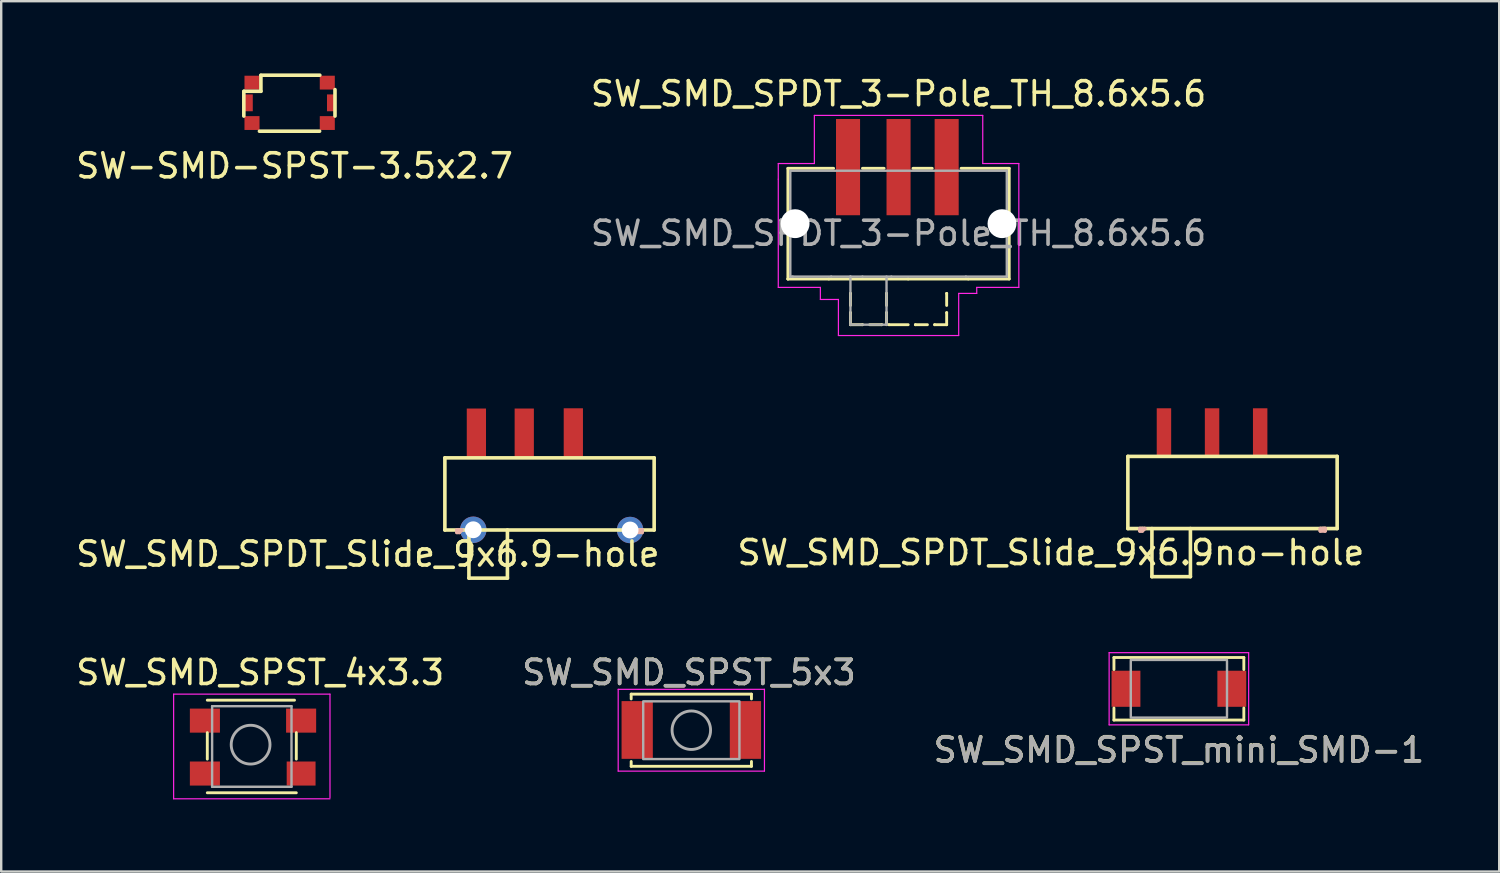
<source format=kicad_pcb>
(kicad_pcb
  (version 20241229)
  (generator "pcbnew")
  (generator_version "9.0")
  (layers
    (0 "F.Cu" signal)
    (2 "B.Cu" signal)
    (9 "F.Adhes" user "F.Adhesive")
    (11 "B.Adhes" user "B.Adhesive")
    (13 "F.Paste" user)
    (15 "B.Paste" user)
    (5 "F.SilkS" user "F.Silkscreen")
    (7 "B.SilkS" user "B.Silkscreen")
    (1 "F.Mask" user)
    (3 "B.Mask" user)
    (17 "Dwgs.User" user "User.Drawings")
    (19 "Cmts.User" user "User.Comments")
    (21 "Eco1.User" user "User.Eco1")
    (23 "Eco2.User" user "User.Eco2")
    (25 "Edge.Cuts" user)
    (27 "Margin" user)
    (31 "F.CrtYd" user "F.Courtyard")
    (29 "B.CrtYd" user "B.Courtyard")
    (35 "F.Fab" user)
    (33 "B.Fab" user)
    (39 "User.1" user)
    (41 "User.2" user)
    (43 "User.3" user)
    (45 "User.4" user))
  (footprint "SW_SMD_SPST_5x3"
    (layer "F.Cu")
    (at 25.689 27.306)
    (property "Reference" "SW_SMD_SPST_5x3" (at -0.1 -2.4 0) (layer "F.SilkS") (effects (font (size 1 1) (thickness 0.15))))
    (attr smd)
    (fp_line (start -2.5 -1.5) (end -2.5 -1.3) (stroke (width 0.12) (type solid)) (layer "F.SilkS"))
    (fp_line (start -2.5 1.3) (end -2.5 1.5) (stroke (width 0.12) (type solid)) (layer "F.SilkS"))
    (fp_line (start -2.5 1.5) (end 2.5 1.5) (stroke (width 0.12) (type solid)) (layer "F.SilkS"))
    (fp_line (start 2.5 -1.5) (end -2.5 -1.5) (stroke (width 0.12) (type solid)) (layer "F.SilkS"))
    (fp_line (start 2.5 -1.3) (end 2.5 -1.5) (stroke (width 0.12) (type solid)) (layer "F.SilkS"))
    (fp_line (start 2.5 1.5) (end 2.5 1.3) (stroke (width 0.12) (type solid)) (layer "F.SilkS"))
    (fp_line (start -3.04 -1.7) (end -3.04 1.7) (stroke (width 0.05) (type solid)) (layer "F.CrtYd"))
    (fp_line (start -3.04 1.7) (end 3.04 1.7) (stroke (width 0.05) (type solid)) (layer "F.CrtYd"))
    (fp_line (start 3.04 -1.7) (end -3.04 -1.7) (stroke (width 0.05) (type solid)) (layer "F.CrtYd"))
    (fp_line (start 3.04 1.7) (end 3.04 -1.7) (stroke (width 0.05) (type solid)) (layer "F.CrtYd"))
    (fp_line (start -2 -1.2) (end 2 -1.2) (stroke (width 0.1) (type solid)) (layer "F.Fab"))
    (fp_line (start -2 1.15) (end -2 -1.15) (stroke (width 0.1) (type solid)) (layer "F.Fab"))
    (fp_line (start 2 -1.15) (end 2 1.15) (stroke (width 0.1) (type solid)) (layer "F.Fab"))
    (fp_line (start 2 1.2) (end -2 1.2) (stroke (width 0.1) (type solid)) (layer "F.Fab"))
    (fp_circle (center 0 0) (end 0.8 0) (stroke (width 0.12) (type solid)) (fill no) (layer "F.Fab"))
    (fp_text user "${REFERENCE}" (at -0.1 -2.4 0) (layer "F.Fab") (effects (font (size 1 1) (thickness 0.15))))
    (pad "1" smd rect (at -2.25 -0.01) (size 1.3 2.4) (layers "F.Cu" "F.Mask" "F.Paste"))
    (pad "2" smd rect (at 2.25 -0.01) (size 1.3 2.4) (layers "F.Cu" "F.Mask" "F.Paste")))
  (footprint "SW_SMD_SPST_mini_SMD-1"
    (layer "F.Cu")
    (at 45.958 25.583)
    (property "Reference" "SW_SMD_SPST_mini_SMD-1" (at 0 2.54 0) (layer "F.SilkS") (effects (font (size 1 1) (thickness 0.15))))
    (attr smd)
    (fp_line (start -2.7 -1.3) (end -2.7 -0.8) (stroke (width 0.12) (type solid)) (layer "F.SilkS"))
    (fp_line (start -2.7 0.8) (end -2.7 1.3) (stroke (width 0.12) (type solid)) (layer "F.SilkS"))
    (fp_line (start -2.7 1.3) (end 2.7 1.3) (stroke (width 0.12) (type solid)) (layer "F.SilkS"))
    (fp_line (start 2.7 -1.3) (end -2.7 -1.3) (stroke (width 0.12) (type solid)) (layer "F.SilkS"))
    (fp_line (start 2.7 -0.8) (end 2.7 -1.3) (stroke (width 0.12) (type solid)) (layer "F.SilkS"))
    (fp_line (start 2.7 1.3) (end 2.7 0.8) (stroke (width 0.12) (type solid)) (layer "F.SilkS"))
    (fp_line (start -2.9 -1.5) (end -2.9 1.5) (stroke (width 0.05) (type solid)) (layer "F.CrtYd"))
    (fp_line (start -2.9 1.5) (end 2.9 1.5) (stroke (width 0.05) (type solid)) (layer "F.CrtYd"))
    (fp_line (start 2.9 -1.5) (end -2.9 -1.5) (stroke (width 0.05) (type solid)) (layer "F.CrtYd"))
    (fp_line (start 2.9 1.5) (end 2.9 -1.5) (stroke (width 0.05) (type solid)) (layer "F.CrtYd"))
    (fp_line (start -2 -1.2) (end 2 -1.2) (stroke (width 0.1) (type solid)) (layer "F.Fab"))
    (fp_line (start -2 1.15) (end -2 -1.15) (stroke (width 0.1) (type solid)) (layer "F.Fab"))
    (fp_line (start 2 -1.15) (end 2 1.15) (stroke (width 0.1) (type solid)) (layer "F.Fab"))
    (fp_line (start 2 1.2) (end -2 1.2) (stroke (width 0.1) (type solid)) (layer "F.Fab"))
    (fp_text user "${REFERENCE}" (at 0 2.55 0) (layer "F.Fab") (effects (font (size 1 1) (thickness 0.15))))
    (pad "1" smd rect (at -2.2 0) (size 1.2 1.5) (layers "F.Cu" "F.Mask" "F.Paste"))
    (pad "2" smd rect (at 2.2 0) (size 1.2 1.5) (layers "F.Cu" "F.Mask" "F.Paste")))
  (footprint "SW_SMD_SPDT_Slide_9x6.9no-hole"
    (layer "F.Cu")
    (at 43.837 15.923)
    (property "Reference" "SW_SMD_SPDT_Slide_9x6.9no-hole" (at -3.2 4 0) (layer "F.SilkS") (effects (font (size 1 1) (thickness 0.15))))
    (attr through_hole)
    (fp_line (start 0 0) (end 8.7 0) (stroke (width 0.15) (type solid)) (layer "F.SilkS"))
    (fp_line (start 0 3) (end 0 0) (stroke (width 0.15) (type solid)) (layer "F.SilkS"))
    (fp_line (start 1 3) (end 1 5) (stroke (width 0.15) (type solid)) (layer "F.SilkS"))
    (fp_line (start 1 5) (end 2.6 5) (stroke (width 0.15) (type solid)) (layer "F.SilkS"))
    (fp_line (start 2.6 5) (end 2.6 3) (stroke (width 0.15) (type solid)) (layer "F.SilkS"))
    (fp_line (start 8.7 0) (end 8.7 3) (stroke (width 0.15) (type solid)) (layer "F.SilkS"))
    (fp_line (start 8.7 3) (end 0 3) (stroke (width 0.15) (type solid)) (layer "F.SilkS"))
    (fp_line (start 0.5 3) (end 0.5 3.1) (stroke (width 0.15) (type solid)) (layer "B.SilkS"))
    (fp_line (start 0.5 3.1) (end 0.6 3.1) (stroke (width 0.15) (type solid)) (layer "B.SilkS"))
    (fp_line (start 0.6 3) (end 0.5 3) (stroke (width 0.15) (type solid)) (layer "B.SilkS"))
    (fp_line (start 0.6 3.1) (end 0.7 3) (stroke (width 0.15) (type solid)) (layer "B.SilkS"))
    (fp_line (start 0.7 3) (end 0.6 3) (stroke (width 0.15) (type solid)) (layer "B.SilkS"))
    (fp_line (start 8 3) (end 8.2 3) (stroke (width 0.15) (type solid)) (layer "B.SilkS"))
    (fp_line (start 8 3.1) (end 8 3) (stroke (width 0.15) (type solid)) (layer "B.SilkS"))
    (fp_line (start 8.2 3) (end 8.1 3) (stroke (width 0.15) (type solid)) (layer "B.SilkS"))
    (fp_line (start 8.2 3) (end 8.2 3.1) (stroke (width 0.15) (type solid)) (layer "B.SilkS"))
    (fp_line (start 8.2 3.1) (end 8 3.1) (stroke (width 0.15) (type solid)) (layer "B.SilkS"))
    (fp_line (start 0.7 3) (end 0.7 3.1) (stroke (width 0.15) (type solid)) (layer "F.Paste"))
    (pad "1" smd rect (at 1.5 -1) (size 0.6 2) (layers "F.Cu" "F.Mask" "F.Paste"))
    (pad "2" smd rect (at 3.5 -1) (size 0.6 2) (layers "F.Cu" "F.Mask" "F.Paste"))
    (pad "3" smd rect (at 5.5 -1) (size 0.6 2) (layers "F.Cu" "F.Mask" "F.Paste")))
  (footprint "SW-SMD-SPST-3.5x2.7"
    (layer "F.Cu")
    (at 9.016 1.285)
    (property "Reference" "SW-SMD-SPST-3.5x2.7" (at 0.18 2.56 0) (layer "F.SilkS") (effects (font (size 1 1) (thickness 0.15))))
    (attr through_hole)
    (fp_line (start -1.93 -0.54) (end -1.93 0.49) (stroke (width 0.15) (type solid)) (layer "F.SilkS"))
    (fp_line (start -1.92 -0.54) (end -1.22 -0.54) (stroke (width 0.15) (type solid)) (layer "F.SilkS"))
    (fp_line (start -1.28 1.12) (end 1.22 1.12) (stroke (width 0.15) (type solid)) (layer "F.SilkS"))
    (fp_line (start -1.22 -1.21) (end 1.23 -1.21) (stroke (width 0.15) (type solid)) (layer "F.SilkS"))
    (fp_line (start -1.22 -0.54) (end -1.22 -1.2) (stroke (width 0.15) (type solid)) (layer "F.SilkS"))
    (fp_line (start 1.86 -0.61) (end 1.86 0.49) (stroke (width 0.15) (type solid)) (layer "F.SilkS"))
    (pad "1" smd rect (at -1.59 -0.9) (size 0.625 0.575) (layers "F.Cu" "F.Mask" "F.Paste"))
    (pad "2" smd rect (at -1.59 0.78) (size 0.625 0.575) (layers "F.Cu" "F.Mask" "F.Paste"))
    (pad "3" smd rect (at 1.54 0.78) (size 0.625 0.575) (layers "F.Cu" "F.Mask" "F.Paste"))
    (pad "4" smd rect (at 1.54 -0.9) (size 0.625 0.575) (layers "F.Cu" "F.Mask" "F.Paste"))
    (pad "5" smd rect (at -1.72 -0.06) (size 0.325 0.7) (layers "F.Cu" "F.Mask" "F.Paste"))
    (pad "6" smd rect (at 1.69 -0.06) (size 0.325 0.7) (layers "F.Cu" "F.Mask" "F.Paste")))
  (footprint "SW_SMD_SPDT_3-Pole_TH_8.6x5.6"
    (layer "F.Cu")
    (at 34.304 6.248)
    (property "Reference" "SW_SMD_SPDT_3-Pole_TH_8.6x5.6" (at 0 -5.4 0) (layer "F.SilkS") (effects (font (size 1 1) (thickness 0.15))))
    (attr smd)
    (fp_line (start -4.6 -2.3) (end -2.7 -2.3) (stroke (width 0.12) (type solid)) (layer "F.SilkS"))
    (fp_line (start -4.6 2.3) (end -4.6 -2.3) (stroke (width 0.12) (type solid)) (layer "F.SilkS"))
    (fp_line (start -4.6 2.3) (end -4.6 2.3) (stroke (width 0.12) (type solid)) (layer "F.SilkS"))
    (fp_line (start -2.9 2.3) (end -4.6 2.3) (stroke (width 0.12) (type solid)) (layer "F.SilkS"))
    (fp_line (start -2 2.9) (end -2 2.9) (stroke (width 0.12) (type solid)) (layer "F.SilkS"))
    (fp_line (start -2 3.4) (end -2 2.9) (stroke (width 0.12) (type solid)) (layer "F.SilkS"))
    (fp_line (start -2 3.7) (end -2 3.7) (stroke (width 0.12) (type solid)) (layer "F.SilkS"))
    (fp_line (start -2 4.2) (end -2 3.7) (stroke (width 0.12) (type solid)) (layer "F.SilkS"))
    (fp_line (start -2 4.2) (end -1.5 4.2) (stroke (width 0.12) (type solid)) (layer "F.SilkS"))
    (fp_line (start -1.5 4.2) (end -1.5 4.2) (stroke (width 0.12) (type solid)) (layer "F.SilkS"))
    (fp_line (start -1.2 4.2) (end -0.7 4.2) (stroke (width 0.12) (type solid)) (layer "F.SilkS"))
    (fp_line (start -0.7 4.2) (end -0.7 4.2) (stroke (width 0.12) (type solid)) (layer "F.SilkS"))
    (fp_line (start -0.6 -2.3) (end -1.5 -2.3) (stroke (width 0.12) (type solid)) (layer "F.SilkS"))
    (fp_line (start -0.5 2.9) (end -0.5 2.9) (stroke (width 0.12) (type solid)) (layer "F.SilkS"))
    (fp_line (start -0.5 3.4) (end -0.5 2.9) (stroke (width 0.12) (type solid)) (layer "F.SilkS"))
    (fp_line (start -0.5 3.7) (end -0.5 3.7) (stroke (width 0.12) (type solid)) (layer "F.SilkS"))
    (fp_line (start -0.5 4.2) (end -0.5 3.7) (stroke (width 0.12) (type solid)) (layer "F.SilkS"))
    (fp_line (start -0.4 4.2) (end -0.4 4.2) (stroke (width 0.12) (type solid)) (layer "F.SilkS"))
    (fp_line (start 0.4 2.3) (end -2.9 2.3) (stroke (width 0.12) (type solid)) (layer "F.SilkS"))
    (fp_line (start 0.4 4.2) (end -0.4 4.2) (stroke (width 0.12) (type solid)) (layer "F.SilkS"))
    (fp_line (start 0.7 4.2) (end 0.7 4.2) (stroke (width 0.12) (type solid)) (layer "F.SilkS"))
    (fp_line (start 1.2 4.2) (end 0.7 4.2) (stroke (width 0.12) (type solid)) (layer "F.SilkS"))
    (fp_line (start 1.4 -2.3) (end 0.6 -2.3) (stroke (width 0.12) (type solid)) (layer "F.SilkS"))
    (fp_line (start 1.5 4.2) (end 1.5 4.2) (stroke (width 0.12) (type solid)) (layer "F.SilkS"))
    (fp_line (start 2 2.9) (end 2 2.9) (stroke (width 0.12) (type solid)) (layer "F.SilkS"))
    (fp_line (start 2 3.4) (end 2 2.9) (stroke (width 0.12) (type solid)) (layer "F.SilkS"))
    (fp_line (start 2 3.7) (end 2 3.7) (stroke (width 0.12) (type solid)) (layer "F.SilkS"))
    (fp_line (start 2 4.2) (end 1.5 4.2) (stroke (width 0.12) (type solid)) (layer "F.SilkS"))
    (fp_line (start 2 4.2) (end 2 3.7) (stroke (width 0.12) (type solid)) (layer "F.SilkS"))
    (fp_line (start 2.6 -2.3) (end 4.6 -2.3) (stroke (width 0.12) (type solid)) (layer "F.SilkS"))
    (fp_line (start 2.9 2.3) (end 0.4 2.3) (stroke (width 0.12) (type solid)) (layer "F.SilkS"))
    (fp_line (start 4.6 -2.3) (end 4.6 2.3) (stroke (width 0.12) (type solid)) (layer "F.SilkS"))
    (fp_line (start 4.6 2.3) (end 2.9 2.3) (stroke (width 0.12) (type solid)) (layer "F.SilkS"))
    (fp_line (start -5 -2.5) (end -5 2.65) (stroke (width 0.05) (type solid)) (layer "F.CrtYd"))
    (fp_line (start -5 -1.85) (end -5 -1.85) (stroke (width 0.05) (type solid)) (layer "F.CrtYd"))
    (fp_line (start -5 2.65) (end -3.25 2.65) (stroke (width 0.05) (type solid)) (layer "F.CrtYd"))
    (fp_line (start -3.5 -4.5) (end -3.5 -2.5) (stroke (width 0.05) (type solid)) (layer "F.CrtYd"))
    (fp_line (start -3.5 -2.5) (end -5 -2.5) (stroke (width 0.05) (type solid)) (layer "F.CrtYd"))
    (fp_line (start -3.25 2.65) (end -3.25 3.15) (stroke (width 0.05) (type solid)) (layer "F.CrtYd"))
    (fp_line (start -3.25 3.15) (end -2.5 3.15) (stroke (width 0.05) (type solid)) (layer "F.CrtYd"))
    (fp_line (start -2.5 3.15) (end -2.5 4.65) (stroke (width 0.05) (type solid)) (layer "F.CrtYd"))
    (fp_line (start -2.5 4.65) (end 2.5 4.65) (stroke (width 0.05) (type solid)) (layer "F.CrtYd"))
    (fp_line (start 2.5 2.9) (end 3.25 2.9) (stroke (width 0.05) (type solid)) (layer "F.CrtYd"))
    (fp_line (start 2.5 4.65) (end 2.5 2.9) (stroke (width 0.05) (type solid)) (layer "F.CrtYd"))
    (fp_line (start 3.25 2.65) (end 5 2.65) (stroke (width 0.05) (type solid)) (layer "F.CrtYd"))
    (fp_line (start 3.25 2.9) (end 3.25 2.65) (stroke (width 0.05) (type solid)) (layer "F.CrtYd"))
    (fp_line (start 3.5 -4.5) (end -3.5 -4.5) (stroke (width 0.05) (type solid)) (layer "F.CrtYd"))
    (fp_line (start 3.5 -2.5) (end 3.5 -4.5) (stroke (width 0.05) (type solid)) (layer "F.CrtYd"))
    (fp_line (start 5 -2.5) (end 3.5 -2.5) (stroke (width 0.05) (type solid)) (layer "F.CrtYd"))
    (fp_line (start 5 2.65) (end 5 -2.5) (stroke (width 0.05) (type solid)) (layer "F.CrtYd"))
    (fp_line (start -4.5 -2.2) (end -4.5 2.2) (stroke (width 0.1) (type solid)) (layer "F.Fab"))
    (fp_line (start -4.5 -2.2) (end 4.5 -2.2) (stroke (width 0.1) (type solid)) (layer "F.Fab"))
    (fp_line (start -4.5 2.2) (end -4.5 2.2) (stroke (width 0.1) (type solid)) (layer "F.Fab"))
    (fp_line (start -4.5 2.2) (end -4.5 2.2) (stroke (width 0.1) (type solid)) (layer "F.Fab"))
    (fp_line (start -4.4 2.2) (end -4.5 2.2) (stroke (width 0.1) (type solid)) (layer "F.Fab"))
    (fp_line (start -2.8 2.2) (end -2.8 2.2) (stroke (width 0.1) (type solid)) (layer "F.Fab"))
    (fp_line (start -2 2.2) (end -2 2.2) (stroke (width 0.1) (type solid)) (layer "F.Fab"))
    (fp_line (start -2 4.2) (end -2 2.2) (stroke (width 0.1) (type solid)) (layer "F.Fab"))
    (fp_line (start -1.5 2.2) (end -1.5 2.2) (stroke (width 0.1) (type solid)) (layer "F.Fab"))
    (fp_line (start -0.5 2.2) (end -0.5 4.2) (stroke (width 0.1) (type solid)) (layer "F.Fab"))
    (fp_line (start -0.5 4.2) (end -2 4.2) (stroke (width 0.1) (type solid)) (layer "F.Fab"))
    (fp_line (start -0.3 2.2) (end -0.3 2.2) (stroke (width 0.1) (type solid)) (layer "F.Fab"))
    (fp_line (start 2.8 2.2) (end 2.8 2.2) (stroke (width 0.1) (type solid)) (layer "F.Fab"))
    (fp_line (start 4.5 -2.2) (end 4.5 2.2) (stroke (width 0.1) (type solid)) (layer "F.Fab"))
    (fp_line (start 4.5 2.2) (end -4.4 2.2) (stroke (width 0.1) (type solid)) (layer "F.Fab"))
    (fp_text user "${REFERENCE}" (at 0 0.4 0) (layer "F.Fab") (effects (font (size 1 1) (thickness 0.15))))
    (pad "" np_thru_hole circle (at -4.3 0) (size 1.2 1.2) (drill 1.2) (layers "*.Cu" "*.Mask"))
    (pad "" np_thru_hole circle (at 4.3 0) (size 1.2 1.2) (drill 1.2) (layers "*.Cu" "*.Mask"))
    (pad "1" smd rect (at -2.1 -2.35) (size 1 4) (layers "F.Cu" "F.Mask" "F.Paste"))
    (pad "2" smd rect (at 0 -2.35) (size 1 4) (layers "F.Cu" "F.Mask" "F.Paste"))
    (pad "3" smd rect (at 2 -2.35) (size 1 4) (layers "F.Cu" "F.Mask" "F.Paste")))
  (footprint "SW_SMD_SPST_4x3.3"
    (layer "F.Cu")
    (at 7.368 27.907)
    (property "Reference" "SW_SMD_SPST_4x3.3" (at 0.4 -3 0) (layer "F.SilkS") (effects (font (size 1 1) (thickness 0.15))))
    (attr smd)
    (fp_line (start -1.8 0.6) (end -1.8 -0.5) (stroke (width 0.12) (type solid)) (layer "F.SilkS"))
    (fp_line (start 1.825 -1.85) (end -1.8 -1.85) (stroke (width 0.12) (type solid)) (layer "F.SilkS"))
    (fp_line (start 1.9 0.6) (end 1.9 -0.5) (stroke (width 0.12) (type solid)) (layer "F.SilkS"))
    (fp_line (start 1.9 2) (end -1.8 2) (stroke (width 0.12) (type solid)) (layer "F.SilkS"))
    (fp_line (start -3.2 2.25) (end -3.2 -2.1) (stroke (width 0.05) (type solid)) (layer "F.CrtYd"))
    (fp_line (start 3.3 -2.1) (end -3.2 -2.1) (stroke (width 0.05) (type solid)) (layer "F.CrtYd"))
    (fp_line (start 3.3 2.2) (end 3.3 -2.1) (stroke (width 0.05) (type solid)) (layer "F.CrtYd"))
    (fp_line (start 3.3 2.25) (end -3.2 2.25) (stroke (width 0.05) (type solid)) (layer "F.CrtYd"))
    (fp_line (start -1.6 1.75) (end -1.6 -1.6) (stroke (width 0.1) (type solid)) (layer "F.Fab"))
    (fp_line (start 1.7 -1.6) (end -1.6 -1.6) (stroke (width 0.1) (type solid)) (layer "F.Fab"))
    (fp_line (start 1.7 1.75) (end -1.6 1.75) (stroke (width 0.1) (type solid)) (layer "F.Fab"))
    (fp_line (start 1.7 1.75) (end 1.7 -1.6) (stroke (width 0.1) (type solid)) (layer "F.Fab"))
    (fp_circle (center 0 0) (end 0.8 0.1) (stroke (width 0.12) (type solid)) (fill no) (layer "F.Fab"))
    (pad "1" smd rect (at -1.9 -1 180) (size 1.25 1) (layers "F.Cu" "F.Mask" "F.Paste"))
    (pad "1" smd rect (at 2.1 -1 180) (size 1.25 1) (layers "F.Cu" "F.Mask" "F.Paste"))
    (pad "2" smd rect (at -1.9 1.2 180) (size 1.25 1) (layers "F.Cu" "F.Mask" "F.Paste"))
    (pad "2" smd rect (at 2.1 1.2 180) (size 1.2 1) (layers "F.Cu" "F.Mask" "F.Paste")))
  (footprint "SW_SMD_SPDT_Slide_9x6.9-hole"
    (layer "F.Cu")
    (at 15.444 15.983)
    (property "Reference" "SW_SMD_SPDT_Slide_9x6.9-hole" (at -3.2 4 180) (layer "F.SilkS") (effects (font (size 1 1) (thickness 0.15))))
    (attr through_hole)
    (fp_line (start 0 0) (end 8.7 0) (stroke (width 0.15) (type solid)) (layer "F.SilkS"))
    (fp_line (start 0 3) (end 0 0) (stroke (width 0.15) (type solid)) (layer "F.SilkS"))
    (fp_line (start 1 3) (end 1 5) (stroke (width 0.15) (type solid)) (layer "F.SilkS"))
    (fp_line (start 1 5) (end 2.6 5) (stroke (width 0.15) (type solid)) (layer "F.SilkS"))
    (fp_line (start 2.6 5) (end 2.6 3) (stroke (width 0.15) (type solid)) (layer "F.SilkS"))
    (fp_line (start 8.7 0) (end 8.7 3) (stroke (width 0.15) (type solid)) (layer "F.SilkS"))
    (fp_line (start 8.7 3) (end 0 3) (stroke (width 0.15) (type solid)) (layer "F.SilkS"))
    (fp_line (start 0.5 3) (end 0.5 3.1) (stroke (width 0.15) (type solid)) (layer "B.SilkS"))
    (fp_line (start 0.5 3.1) (end 0.6 3.1) (stroke (width 0.15) (type solid)) (layer "B.SilkS"))
    (fp_line (start 0.6 3) (end 0.5 3) (stroke (width 0.15) (type solid)) (layer "B.SilkS"))
    (fp_line (start 0.6 3.1) (end 0.7 3) (stroke (width 0.15) (type solid)) (layer "B.SilkS"))
    (fp_line (start 0.7 3) (end 0.6 3) (stroke (width 0.15) (type solid)) (layer "B.SilkS"))
    (fp_line (start 8 3) (end 8.2 3) (stroke (width 0.15) (type solid)) (layer "B.SilkS"))
    (fp_line (start 8 3.1) (end 8 3) (stroke (width 0.15) (type solid)) (layer "B.SilkS"))
    (fp_line (start 8.2 3) (end 8.1 3) (stroke (width 0.15) (type solid)) (layer "B.SilkS"))
    (fp_line (start 8.2 3) (end 8.2 3.1) (stroke (width 0.15) (type solid)) (layer "B.SilkS"))
    (fp_line (start 8.2 3.1) (end 8 3.1) (stroke (width 0.15) (type solid)) (layer "B.SilkS"))
    (fp_line (start 0.7 3) (end 0.7 3.1) (stroke (width 0.15) (type solid)) (layer "F.Paste"))
    (pad "1" smd rect (at 1.31 -1) (size 0.8 2.1) (layers "F.Cu" "F.Mask" "F.Paste"))
    (pad "2" smd rect (at 3.3 -1) (size 0.8 2.1) (layers "F.Cu" "F.Mask" "F.Paste"))
    (pad "3" smd rect (at 5.34 -1.01) (size 0.8 2.1) (layers "F.Cu" "F.Mask" "F.Paste"))
    (pad "4" thru_hole circle (at 7.7 3) (size 1.1 1.1) (drill 0.7) (layers "*.Cu" "*.Mask"))
    (pad "5" thru_hole circle (at 1.18 2.99) (size 1.1 1.1) (drill 0.7) (layers "*.Cu" "*.Mask")))
  (gr_rect
    (start -3 -3)
    (end 59.274 33.181)
    (stroke (width 0.1) (type default))
    (fill no)
    (layer "Edge.Cuts")))
</source>
